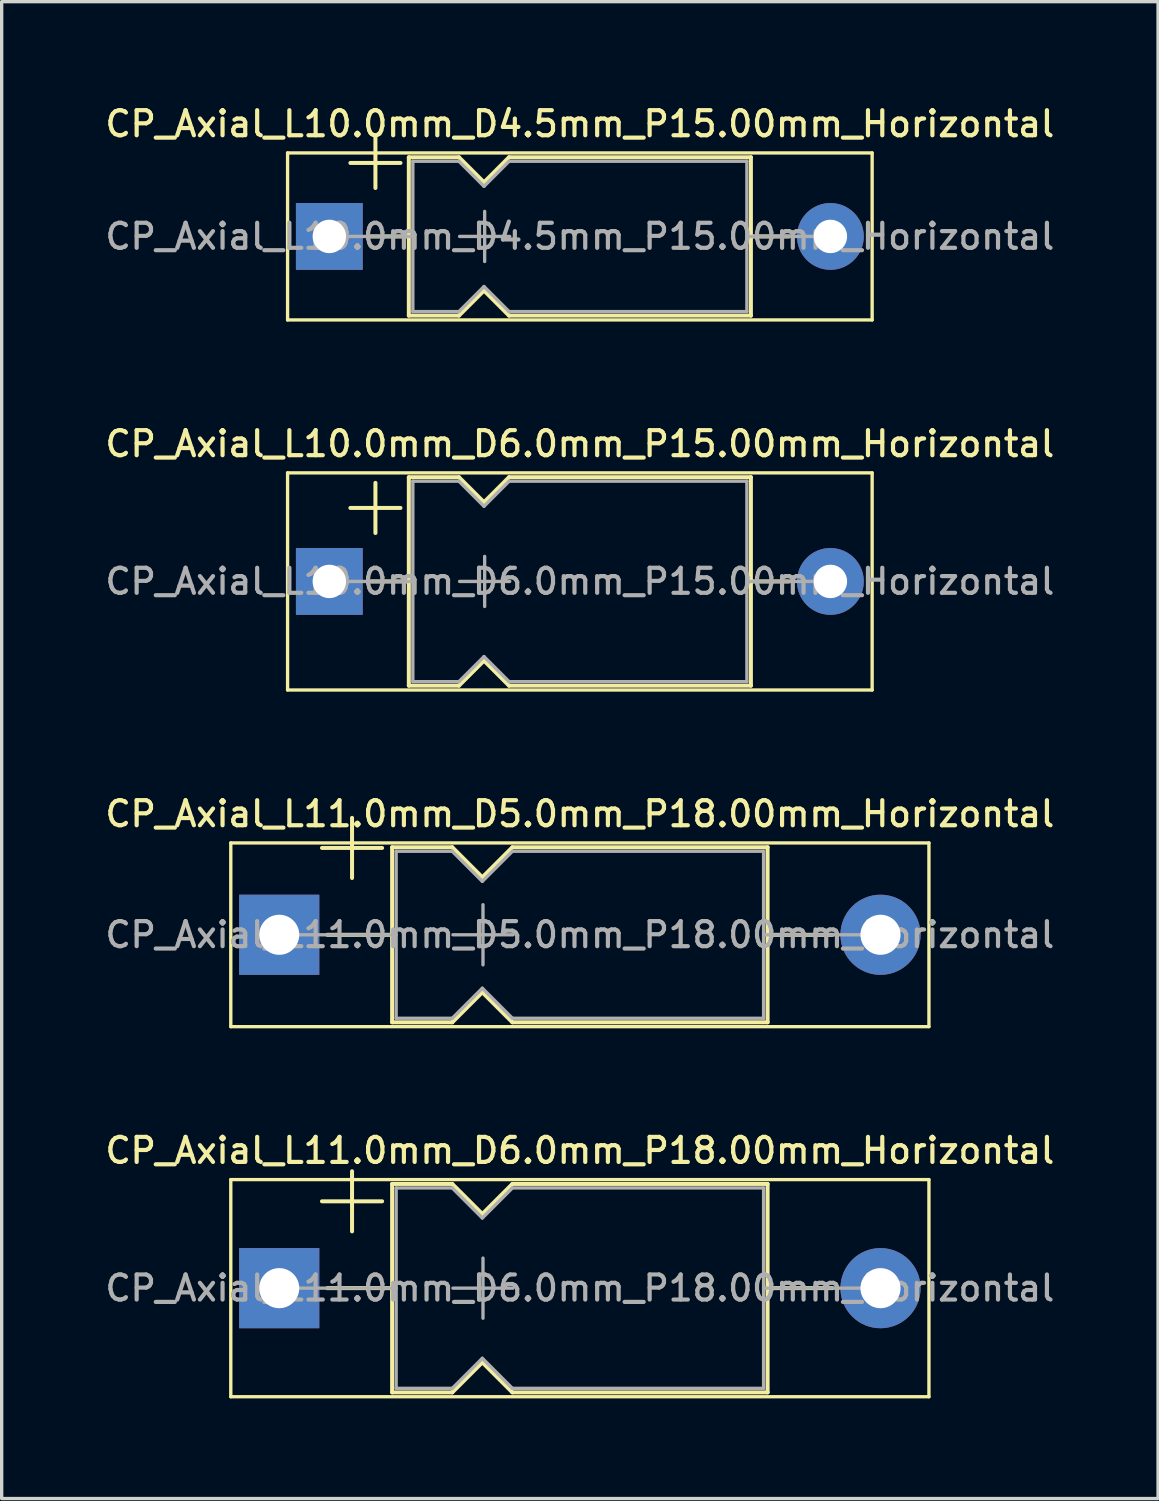
<source format=kicad_pcb>
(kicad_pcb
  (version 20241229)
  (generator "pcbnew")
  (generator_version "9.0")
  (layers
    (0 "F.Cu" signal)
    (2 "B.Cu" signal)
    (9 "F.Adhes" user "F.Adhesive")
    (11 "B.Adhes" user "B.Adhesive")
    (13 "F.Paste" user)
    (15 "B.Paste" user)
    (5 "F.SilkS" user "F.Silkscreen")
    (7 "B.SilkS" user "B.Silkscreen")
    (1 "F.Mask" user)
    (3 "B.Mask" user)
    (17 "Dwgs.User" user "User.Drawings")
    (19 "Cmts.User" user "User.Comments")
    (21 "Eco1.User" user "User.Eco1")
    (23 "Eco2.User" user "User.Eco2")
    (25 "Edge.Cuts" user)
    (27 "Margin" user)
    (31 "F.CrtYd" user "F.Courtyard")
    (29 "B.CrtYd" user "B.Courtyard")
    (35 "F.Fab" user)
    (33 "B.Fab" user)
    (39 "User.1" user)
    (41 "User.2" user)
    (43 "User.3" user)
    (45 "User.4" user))
  (footprint "CP_Axial_L10.0mm_D4.5mm_P15.00mm_Horizontal"
    (layer "F.Cu")
    (at 6.809 4.028)
    (property "Reference" "CP_Axial_L10.0mm_D4.5mm_P15.00mm_Horizontal" (at 7.5 -3.37 0) (layer "F.SilkS") (effects (font (size 0.75 0.75) (thickness 0.125))))
    (attr through_hole)
    (fp_line (start -1.25 -2.5) (end -1.25 2.5) (stroke (width 0.1) (type solid)) (layer "F.SilkS"))
    (fp_line (start -1.25 2.5) (end 16.25 2.5) (stroke (width 0.1) (type solid)) (layer "F.SilkS"))
    (fp_line (start 0.63 -2.2) (end 2.13 -2.2) (stroke (width 0.12) (type solid)) (layer "F.SilkS"))
    (fp_line (start 1.24 0) (end 2.38 0) (stroke (width 0.12) (type solid)) (layer "F.SilkS"))
    (fp_line (start 1.38 -2.95) (end 1.38 -1.45) (stroke (width 0.12) (type solid)) (layer "F.SilkS"))
    (fp_line (start 2.38 -2.37) (end 2.38 2.37) (stroke (width 0.12) (type solid)) (layer "F.SilkS"))
    (fp_line (start 2.38 -2.37) (end 3.88 -2.37) (stroke (width 0.12) (type solid)) (layer "F.SilkS"))
    (fp_line (start 2.38 2.37) (end 3.88 2.37) (stroke (width 0.12) (type solid)) (layer "F.SilkS"))
    (fp_line (start 3.88 -2.37) (end 4.63 -1.62) (stroke (width 0.12) (type solid)) (layer "F.SilkS"))
    (fp_line (start 3.88 2.37) (end 4.63 1.62) (stroke (width 0.12) (type solid)) (layer "F.SilkS"))
    (fp_line (start 4.63 -1.62) (end 5.38 -2.37) (stroke (width 0.12) (type solid)) (layer "F.SilkS"))
    (fp_line (start 4.63 1.62) (end 5.38 2.37) (stroke (width 0.12) (type solid)) (layer "F.SilkS"))
    (fp_line (start 5.38 -2.37) (end 12.62 -2.37) (stroke (width 0.12) (type solid)) (layer "F.SilkS"))
    (fp_line (start 5.38 2.37) (end 12.62 2.37) (stroke (width 0.12) (type solid)) (layer "F.SilkS"))
    (fp_line (start 12.62 -2.37) (end 12.62 2.37) (stroke (width 0.12) (type solid)) (layer "F.SilkS"))
    (fp_line (start 13.76 0) (end 12.62 0) (stroke (width 0.12) (type solid)) (layer "F.SilkS"))
    (fp_line (start 16.25 -2.5) (end -1.25 -2.5) (stroke (width 0.1) (type solid)) (layer "F.SilkS"))
    (fp_line (start 16.25 2.5) (end 16.25 -2.5) (stroke (width 0.1) (type solid)) (layer "F.SilkS"))
    (fp_line (start 0 0) (end 2.5 0) (stroke (width 0.1) (type solid)) (layer "F.Fab"))
    (fp_line (start 2.5 -2.25) (end 2.5 2.25) (stroke (width 0.1) (type solid)) (layer "F.Fab"))
    (fp_line (start 2.5 -2.25) (end 3.88 -2.25) (stroke (width 0.1) (type solid)) (layer "F.Fab"))
    (fp_line (start 2.5 2.25) (end 3.88 2.25) (stroke (width 0.1) (type solid)) (layer "F.Fab"))
    (fp_line (start 3.88 -2.25) (end 4.63 -1.5) (stroke (width 0.1) (type solid)) (layer "F.Fab"))
    (fp_line (start 3.88 2.25) (end 4.63 1.5) (stroke (width 0.1) (type solid)) (layer "F.Fab"))
    (fp_line (start 3.9 0) (end 5.4 0) (stroke (width 0.1) (type solid)) (layer "F.Fab"))
    (fp_line (start 4.63 -1.5) (end 5.38 -2.25) (stroke (width 0.1) (type solid)) (layer "F.Fab"))
    (fp_line (start 4.63 1.5) (end 5.38 2.25) (stroke (width 0.1) (type solid)) (layer "F.Fab"))
    (fp_line (start 4.65 -0.75) (end 4.65 0.75) (stroke (width 0.1) (type solid)) (layer "F.Fab"))
    (fp_line (start 5.38 -2.25) (end 12.5 -2.25) (stroke (width 0.1) (type solid)) (layer "F.Fab"))
    (fp_line (start 5.38 2.25) (end 12.5 2.25) (stroke (width 0.1) (type solid)) (layer "F.Fab"))
    (fp_line (start 12.5 -2.25) (end 12.5 2.25) (stroke (width 0.1) (type solid)) (layer "F.Fab"))
    (fp_line (start 15 0) (end 12.5 0) (stroke (width 0.1) (type solid)) (layer "F.Fab"))
    (fp_text user "${REFERENCE}" (at 7.5 0 0) (layer "F.Fab") (effects (font (size 0.75 0.75) (thickness 0.125))))
    (pad "1" thru_hole rect (at 0 0) (size 2 2) (drill 1) (layers "*.Cu" "*.Mask"))
    (pad "2" thru_hole oval (at 15 0) (size 2 2) (drill 1) (layers "*.Cu" "*.Mask")))
  (footprint "CP_Axial_L10.0mm_D6.0mm_P15.00mm_Horizontal"
    (layer "F.Cu")
    (at 6.809 14.356)
    (property "Reference" "CP_Axial_L10.0mm_D6.0mm_P15.00mm_Horizontal" (at 7.5 -4.12 0) (layer "F.SilkS") (effects (font (size 0.75 0.75) (thickness 0.125))))
    (attr through_hole)
    (fp_line (start -1.25 -3.25) (end -1.25 3.25) (stroke (width 0.1) (type solid)) (layer "F.SilkS"))
    (fp_line (start -1.25 3.25) (end 16.25 3.25) (stroke (width 0.1) (type solid)) (layer "F.SilkS"))
    (fp_line (start 0.63 -2.2) (end 2.13 -2.2) (stroke (width 0.12) (type solid)) (layer "F.SilkS"))
    (fp_line (start 1.24 0) (end 2.38 0) (stroke (width 0.12) (type solid)) (layer "F.SilkS"))
    (fp_line (start 1.38 -2.95) (end 1.38 -1.45) (stroke (width 0.12) (type solid)) (layer "F.SilkS"))
    (fp_line (start 2.38 -3.12) (end 2.38 3.12) (stroke (width 0.12) (type solid)) (layer "F.SilkS"))
    (fp_line (start 2.38 -3.12) (end 3.88 -3.12) (stroke (width 0.12) (type solid)) (layer "F.SilkS"))
    (fp_line (start 2.38 3.12) (end 3.88 3.12) (stroke (width 0.12) (type solid)) (layer "F.SilkS"))
    (fp_line (start 3.88 -3.12) (end 4.63 -2.37) (stroke (width 0.12) (type solid)) (layer "F.SilkS"))
    (fp_line (start 3.88 3.12) (end 4.63 2.37) (stroke (width 0.12) (type solid)) (layer "F.SilkS"))
    (fp_line (start 4.63 -2.37) (end 5.38 -3.12) (stroke (width 0.12) (type solid)) (layer "F.SilkS"))
    (fp_line (start 4.63 2.37) (end 5.38 3.12) (stroke (width 0.12) (type solid)) (layer "F.SilkS"))
    (fp_line (start 5.38 -3.12) (end 12.62 -3.12) (stroke (width 0.12) (type solid)) (layer "F.SilkS"))
    (fp_line (start 5.38 3.12) (end 12.62 3.12) (stroke (width 0.12) (type solid)) (layer "F.SilkS"))
    (fp_line (start 12.62 -3.12) (end 12.62 3.12) (stroke (width 0.12) (type solid)) (layer "F.SilkS"))
    (fp_line (start 13.76 0) (end 12.62 0) (stroke (width 0.12) (type solid)) (layer "F.SilkS"))
    (fp_line (start 16.25 -3.25) (end -1.25 -3.25) (stroke (width 0.1) (type solid)) (layer "F.SilkS"))
    (fp_line (start 16.25 3.25) (end 16.25 -3.25) (stroke (width 0.1) (type solid)) (layer "F.SilkS"))
    (fp_line (start 0 0) (end 2.5 0) (stroke (width 0.1) (type solid)) (layer "F.Fab"))
    (fp_line (start 2.5 -3) (end 2.5 3) (stroke (width 0.1) (type solid)) (layer "F.Fab"))
    (fp_line (start 2.5 -3) (end 3.88 -3) (stroke (width 0.1) (type solid)) (layer "F.Fab"))
    (fp_line (start 2.5 3) (end 3.88 3) (stroke (width 0.1) (type solid)) (layer "F.Fab"))
    (fp_line (start 3.88 -3) (end 4.63 -2.25) (stroke (width 0.1) (type solid)) (layer "F.Fab"))
    (fp_line (start 3.88 3) (end 4.63 2.25) (stroke (width 0.1) (type solid)) (layer "F.Fab"))
    (fp_line (start 3.9 0) (end 5.4 0) (stroke (width 0.1) (type solid)) (layer "F.Fab"))
    (fp_line (start 4.63 -2.25) (end 5.38 -3) (stroke (width 0.1) (type solid)) (layer "F.Fab"))
    (fp_line (start 4.63 2.25) (end 5.38 3) (stroke (width 0.1) (type solid)) (layer "F.Fab"))
    (fp_line (start 4.65 -0.75) (end 4.65 0.75) (stroke (width 0.1) (type solid)) (layer "F.Fab"))
    (fp_line (start 5.38 -3) (end 12.5 -3) (stroke (width 0.1) (type solid)) (layer "F.Fab"))
    (fp_line (start 5.38 3) (end 12.5 3) (stroke (width 0.1) (type solid)) (layer "F.Fab"))
    (fp_line (start 12.5 -3) (end 12.5 3) (stroke (width 0.1) (type solid)) (layer "F.Fab"))
    (fp_line (start 15 0) (end 12.5 0) (stroke (width 0.1) (type solid)) (layer "F.Fab"))
    (fp_text user "${REFERENCE}" (at 7.5 0 0) (layer "F.Fab") (effects (font (size 0.75 0.75) (thickness 0.125))))
    (pad "1" thru_hole rect (at 0 0) (size 2 2) (drill 1) (layers "*.Cu" "*.Mask"))
    (pad "2" thru_hole oval (at 15 0) (size 2 2) (drill 1) (layers "*.Cu" "*.Mask")))
  (footprint "CP_Axial_L11.0mm_D6.0mm_P18.00mm_Horizontal"
    (layer "F.Cu")
    (at 5.309 35.513)
    (property "Reference" "CP_Axial_L11.0mm_D6.0mm_P18.00mm_Horizontal" (at 9 -4.12 0) (layer "F.SilkS") (effects (font (size 0.75 0.75) (thickness 0.125))))
    (attr through_hole)
    (fp_line (start -1.45 -3.25) (end -1.45 3.25) (stroke (width 0.1) (type solid)) (layer "F.SilkS"))
    (fp_line (start -1.45 3.25) (end 19.45 3.25) (stroke (width 0.1) (type solid)) (layer "F.SilkS"))
    (fp_line (start 1.28 -2.6) (end 3.08 -2.6) (stroke (width 0.12) (type solid)) (layer "F.SilkS"))
    (fp_line (start 1.44 0) (end 3.38 0) (stroke (width 0.12) (type solid)) (layer "F.SilkS"))
    (fp_line (start 2.18 -3.5) (end 2.18 -1.7) (stroke (width 0.12) (type solid)) (layer "F.SilkS"))
    (fp_line (start 3.38 -3.12) (end 3.38 3.12) (stroke (width 0.12) (type solid)) (layer "F.SilkS"))
    (fp_line (start 3.38 -3.12) (end 5.18 -3.12) (stroke (width 0.12) (type solid)) (layer "F.SilkS"))
    (fp_line (start 3.38 3.12) (end 5.18 3.12) (stroke (width 0.12) (type solid)) (layer "F.SilkS"))
    (fp_line (start 5.18 -3.12) (end 6.08 -2.22) (stroke (width 0.12) (type solid)) (layer "F.SilkS"))
    (fp_line (start 5.18 3.12) (end 6.08 2.22) (stroke (width 0.12) (type solid)) (layer "F.SilkS"))
    (fp_line (start 6.08 -2.22) (end 6.98 -3.12) (stroke (width 0.12) (type solid)) (layer "F.SilkS"))
    (fp_line (start 6.08 2.22) (end 6.98 3.12) (stroke (width 0.12) (type solid)) (layer "F.SilkS"))
    (fp_line (start 6.98 -3.12) (end 14.62 -3.12) (stroke (width 0.12) (type solid)) (layer "F.SilkS"))
    (fp_line (start 6.98 3.12) (end 14.62 3.12) (stroke (width 0.12) (type solid)) (layer "F.SilkS"))
    (fp_line (start 14.62 -3.12) (end 14.62 3.12) (stroke (width 0.12) (type solid)) (layer "F.SilkS"))
    (fp_line (start 16.56 0) (end 14.62 0) (stroke (width 0.12) (type solid)) (layer "F.SilkS"))
    (fp_line (start 19.45 -3.25) (end -1.45 -3.25) (stroke (width 0.1) (type solid)) (layer "F.SilkS"))
    (fp_line (start 19.45 3.25) (end 19.45 -3.25) (stroke (width 0.1) (type solid)) (layer "F.SilkS"))
    (fp_line (start 0 0) (end 3.5 0) (stroke (width 0.1) (type solid)) (layer "F.Fab"))
    (fp_line (start 3.5 -3) (end 3.5 3) (stroke (width 0.1) (type solid)) (layer "F.Fab"))
    (fp_line (start 3.5 -3) (end 5.18 -3) (stroke (width 0.1) (type solid)) (layer "F.Fab"))
    (fp_line (start 3.5 3) (end 5.18 3) (stroke (width 0.1) (type solid)) (layer "F.Fab"))
    (fp_line (start 5.18 -3) (end 6.08 -2.1) (stroke (width 0.1) (type solid)) (layer "F.Fab"))
    (fp_line (start 5.18 3) (end 6.08 2.1) (stroke (width 0.1) (type solid)) (layer "F.Fab"))
    (fp_line (start 5.2 0) (end 7 0) (stroke (width 0.1) (type solid)) (layer "F.Fab"))
    (fp_line (start 6.08 -2.1) (end 6.98 -3) (stroke (width 0.1) (type solid)) (layer "F.Fab"))
    (fp_line (start 6.08 2.1) (end 6.98 3) (stroke (width 0.1) (type solid)) (layer "F.Fab"))
    (fp_line (start 6.1 -0.9) (end 6.1 0.9) (stroke (width 0.1) (type solid)) (layer "F.Fab"))
    (fp_line (start 6.98 -3) (end 14.5 -3) (stroke (width 0.1) (type solid)) (layer "F.Fab"))
    (fp_line (start 6.98 3) (end 14.5 3) (stroke (width 0.1) (type solid)) (layer "F.Fab"))
    (fp_line (start 14.5 -3) (end 14.5 3) (stroke (width 0.1) (type solid)) (layer "F.Fab"))
    (fp_line (start 18 0) (end 14.5 0) (stroke (width 0.1) (type solid)) (layer "F.Fab"))
    (fp_text user "${REFERENCE}" (at 9 0 0) (layer "F.Fab") (effects (font (size 0.75 0.75) (thickness 0.125))))
    (pad "1" thru_hole rect (at 0 0) (size 2.4 2.4) (drill 1.2) (layers "*.Cu" "*.Mask"))
    (pad "2" thru_hole oval (at 18 0) (size 2.4 2.4) (drill 1.2) (layers "*.Cu" "*.Mask")))
  (footprint "CP_Axial_L11.0mm_D5.0mm_P18.00mm_Horizontal"
    (layer "F.Cu")
    (at 5.309 24.934)
    (property "Reference" "CP_Axial_L11.0mm_D5.0mm_P18.00mm_Horizontal" (at 9 -3.62 0) (layer "F.SilkS") (effects (font (size 0.75 0.75) (thickness 0.125))))
    (attr through_hole)
    (fp_line (start -1.45 -2.75) (end -1.45 2.75) (stroke (width 0.1) (type solid)) (layer "F.SilkS"))
    (fp_line (start -1.45 2.75) (end 19.45 2.75) (stroke (width 0.1) (type solid)) (layer "F.SilkS"))
    (fp_line (start 1.28 -2.6) (end 3.08 -2.6) (stroke (width 0.12) (type solid)) (layer "F.SilkS"))
    (fp_line (start 1.44 0) (end 3.38 0) (stroke (width 0.12) (type solid)) (layer "F.SilkS"))
    (fp_line (start 2.18 -3.5) (end 2.18 -1.7) (stroke (width 0.12) (type solid)) (layer "F.SilkS"))
    (fp_line (start 3.38 -2.62) (end 3.38 2.62) (stroke (width 0.12) (type solid)) (layer "F.SilkS"))
    (fp_line (start 3.38 -2.62) (end 5.18 -2.62) (stroke (width 0.12) (type solid)) (layer "F.SilkS"))
    (fp_line (start 3.38 2.62) (end 5.18 2.62) (stroke (width 0.12) (type solid)) (layer "F.SilkS"))
    (fp_line (start 5.18 -2.62) (end 6.08 -1.72) (stroke (width 0.12) (type solid)) (layer "F.SilkS"))
    (fp_line (start 5.18 2.62) (end 6.08 1.72) (stroke (width 0.12) (type solid)) (layer "F.SilkS"))
    (fp_line (start 6.08 -1.72) (end 6.98 -2.62) (stroke (width 0.12) (type solid)) (layer "F.SilkS"))
    (fp_line (start 6.08 1.72) (end 6.98 2.62) (stroke (width 0.12) (type solid)) (layer "F.SilkS"))
    (fp_line (start 6.98 -2.62) (end 14.62 -2.62) (stroke (width 0.12) (type solid)) (layer "F.SilkS"))
    (fp_line (start 6.98 2.62) (end 14.62 2.62) (stroke (width 0.12) (type solid)) (layer "F.SilkS"))
    (fp_line (start 14.62 -2.62) (end 14.62 2.62) (stroke (width 0.12) (type solid)) (layer "F.SilkS"))
    (fp_line (start 16.56 0) (end 14.62 0) (stroke (width 0.12) (type solid)) (layer "F.SilkS"))
    (fp_line (start 19.45 -2.75) (end -1.45 -2.75) (stroke (width 0.1) (type solid)) (layer "F.SilkS"))
    (fp_line (start 19.45 2.75) (end 19.45 -2.75) (stroke (width 0.1) (type solid)) (layer "F.SilkS"))
    (fp_line (start 0 0) (end 3.5 0) (stroke (width 0.1) (type solid)) (layer "F.Fab"))
    (fp_line (start 3.5 -2.5) (end 3.5 2.5) (stroke (width 0.1) (type solid)) (layer "F.Fab"))
    (fp_line (start 3.5 -2.5) (end 5.18 -2.5) (stroke (width 0.1) (type solid)) (layer "F.Fab"))
    (fp_line (start 3.5 2.5) (end 5.18 2.5) (stroke (width 0.1) (type solid)) (layer "F.Fab"))
    (fp_line (start 5.18 -2.5) (end 6.08 -1.6) (stroke (width 0.1) (type solid)) (layer "F.Fab"))
    (fp_line (start 5.18 2.5) (end 6.08 1.6) (stroke (width 0.1) (type solid)) (layer "F.Fab"))
    (fp_line (start 5.2 0) (end 7 0) (stroke (width 0.1) (type solid)) (layer "F.Fab"))
    (fp_line (start 6.08 -1.6) (end 6.98 -2.5) (stroke (width 0.1) (type solid)) (layer "F.Fab"))
    (fp_line (start 6.08 1.6) (end 6.98 2.5) (stroke (width 0.1) (type solid)) (layer "F.Fab"))
    (fp_line (start 6.1 -0.9) (end 6.1 0.9) (stroke (width 0.1) (type solid)) (layer "F.Fab"))
    (fp_line (start 6.98 -2.5) (end 14.5 -2.5) (stroke (width 0.1) (type solid)) (layer "F.Fab"))
    (fp_line (start 6.98 2.5) (end 14.5 2.5) (stroke (width 0.1) (type solid)) (layer "F.Fab"))
    (fp_line (start 14.5 -2.5) (end 14.5 2.5) (stroke (width 0.1) (type solid)) (layer "F.Fab"))
    (fp_line (start 18 0) (end 14.5 0) (stroke (width 0.1) (type solid)) (layer "F.Fab"))
    (fp_text user "${REFERENCE}" (at 9 0 0) (layer "F.Fab") (effects (font (size 0.75 0.75) (thickness 0.125))))
    (pad "1" thru_hole rect (at 0 0) (size 2.4 2.4) (drill 1.2) (layers "*.Cu" "*.Mask"))
    (pad "2" thru_hole oval (at 18 0) (size 2.4 2.4) (drill 1.2) (layers "*.Cu" "*.Mask")))
  (gr_rect
    (start -3 -3)
    (end 31.618 41.812)
    (stroke (width 0.1) (type default))
    (fill no)
    (layer "Edge.Cuts")))
</source>
